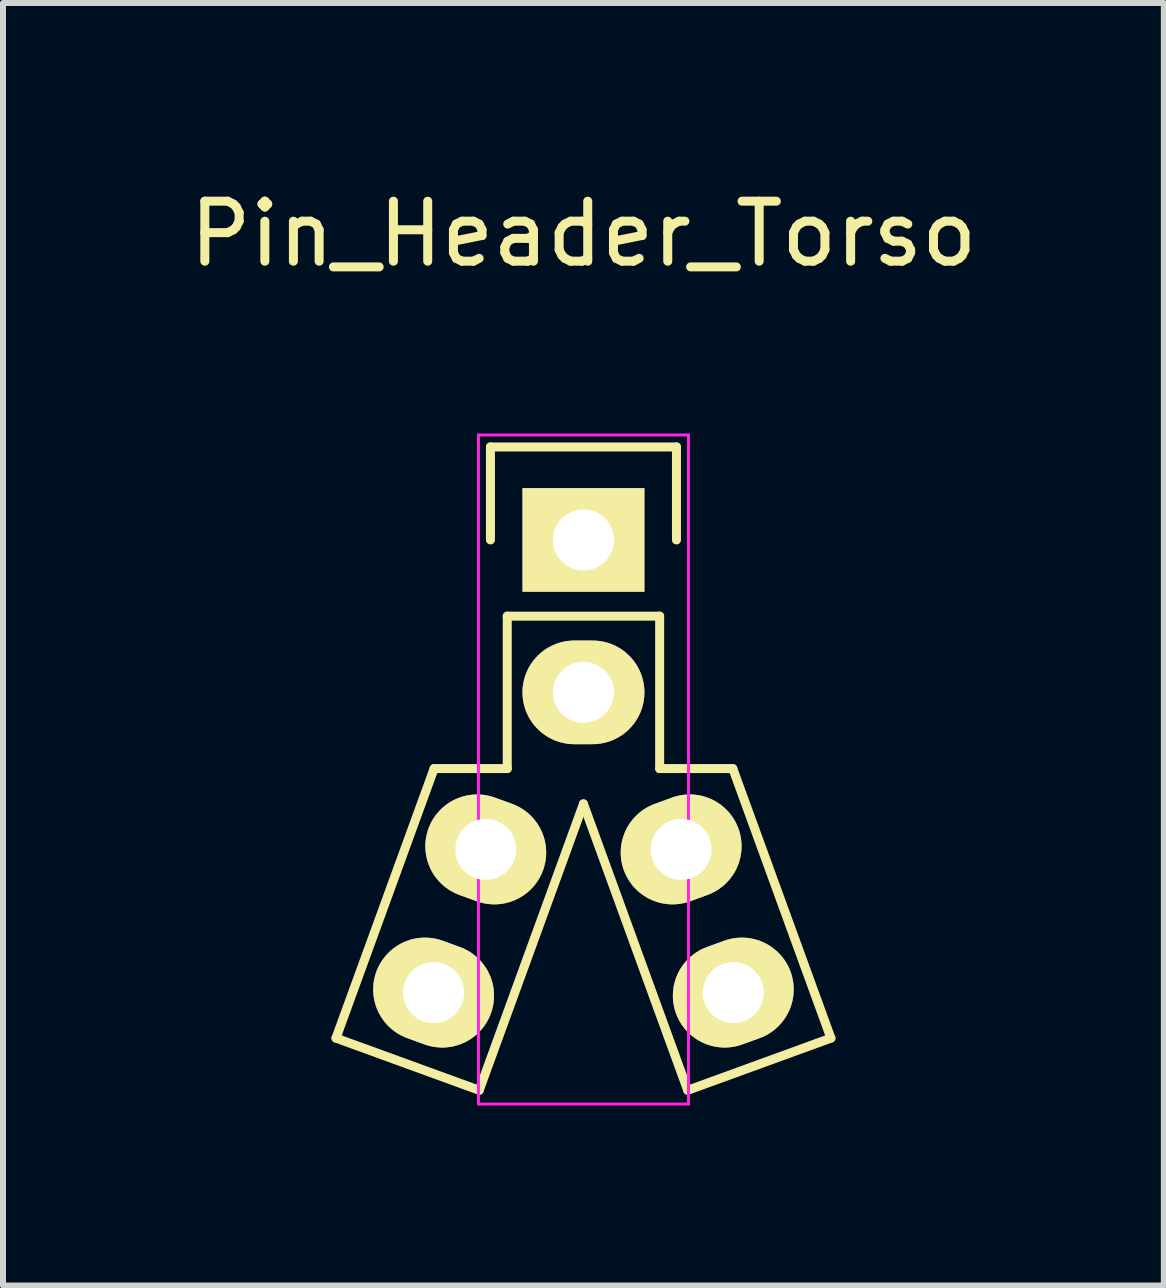
<source format=kicad_pcb>
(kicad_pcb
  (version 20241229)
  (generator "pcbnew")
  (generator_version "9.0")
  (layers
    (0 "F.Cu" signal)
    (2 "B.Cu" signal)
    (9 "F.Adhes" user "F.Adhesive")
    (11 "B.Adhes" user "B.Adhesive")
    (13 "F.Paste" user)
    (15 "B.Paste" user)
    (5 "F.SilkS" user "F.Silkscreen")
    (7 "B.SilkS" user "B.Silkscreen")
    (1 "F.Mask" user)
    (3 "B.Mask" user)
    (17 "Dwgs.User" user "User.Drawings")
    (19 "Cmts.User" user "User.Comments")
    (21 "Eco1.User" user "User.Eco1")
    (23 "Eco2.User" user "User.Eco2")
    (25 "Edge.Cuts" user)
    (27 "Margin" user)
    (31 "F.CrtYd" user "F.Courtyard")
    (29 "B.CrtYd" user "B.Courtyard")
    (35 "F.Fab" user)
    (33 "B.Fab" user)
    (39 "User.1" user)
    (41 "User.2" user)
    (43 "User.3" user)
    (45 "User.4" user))
  (footprint "Pin_Header_Torso"
    (layer "F.Cu")
    (at 6.673 5.948)
    (property "Reference" "Pin_Header_Torso" (at 0 -5.1 0) (layer "F.SilkS") (effects (font (size 1 1) (thickness 0.15))))
    (attr through_hole)
    (fp_line (start -4.124 8.302) (end -1.737 9.171) (stroke (width 0.15) (type solid)) (layer "F.SilkS"))
    (fp_line (start -2.489 3.81) (end -4.124 8.302) (stroke (width 0.15) (type solid)) (layer "F.SilkS"))
    (fp_line (start -2.489 3.81) (end -1.27 3.81) (stroke (width 0.15) (type solid)) (layer "F.SilkS"))
    (fp_line (start -1.55 -1.55) (end 1.55 -1.55) (stroke (width 0.15) (type solid)) (layer "F.SilkS"))
    (fp_line (start -1.55 0) (end -1.55 -1.55) (stroke (width 0.15) (type solid)) (layer "F.SilkS"))
    (fp_line (start -1.27 1.27) (end -1.27 3.81) (stroke (width 0.15) (type solid)) (layer "F.SilkS"))
    (fp_line (start 0 4.398) (end -1.737 9.171) (stroke (width 0.15) (type solid)) (layer "F.SilkS"))
    (fp_line (start 0 4.398) (end 1.737 9.171) (stroke (width 0.15) (type solid)) (layer "F.SilkS"))
    (fp_line (start 1.27 1.27) (end -1.27 1.27) (stroke (width 0.15) (type solid)) (layer "F.SilkS"))
    (fp_line (start 1.27 1.27) (end 1.27 3.81) (stroke (width 0.15) (type solid)) (layer "F.SilkS"))
    (fp_line (start 1.27 3.81) (end 2.489 3.81) (stroke (width 0.15) (type solid)) (layer "F.SilkS"))
    (fp_line (start 1.55 -1.55) (end 1.55 0) (stroke (width 0.15) (type solid)) (layer "F.SilkS"))
    (fp_line (start 1.737 9.171) (end 4.124 8.302) (stroke (width 0.15) (type solid)) (layer "F.SilkS"))
    (fp_line (start 2.489 3.81) (end 4.124 8.302) (stroke (width 0.15) (type solid)) (layer "F.SilkS"))
    (fp_line (start -1.75 -1.75) (end -1.75 9.4) (stroke (width 0.05) (type solid)) (layer "F.CrtYd"))
    (fp_line (start -1.75 -1.75) (end 1.75 -1.75) (stroke (width 0.05) (type solid)) (layer "F.CrtYd"))
    (fp_line (start -1.75 9.4) (end 1.75 9.4) (stroke (width 0.05) (type solid)) (layer "F.CrtYd"))
    (fp_line (start 1.75 -1.75) (end 1.75 9.4) (stroke (width 0.05) (type solid)) (layer "F.CrtYd"))
    (pad "1" thru_hole rect (at 0 0) (size 2.032 1.727) (drill 1.016) (layers "*.Cu" "*.Mask" "F.SilkS"))
    (pad "2" thru_hole oval (at 0 2.54) (size 2.032 1.727) (drill 1.016) (layers "*.Cu" "*.Mask" "F.SilkS"))
    (pad "3" thru_hole oval (at -1.628 5.157 340) (size 2.032 1.727) (drill 1.016) (layers "*.Cu" "*.Mask" "F.SilkS"))
    (pad "4" thru_hole oval (at -2.497 7.543 340) (size 2.032 1.727) (drill 1.016) (layers "*.Cu" "*.Mask" "F.SilkS"))
    (pad "5" thru_hole oval (at 1.628 5.157 20) (size 2.032 1.727) (drill 1.016) (layers "*.Cu" "*.Mask" "F.SilkS"))
    (pad "6" thru_hole oval (at 2.497 7.543 20) (size 2.032 1.727) (drill 1.016) (layers "*.Cu" "*.Mask" "F.SilkS")))
  (gr_rect
    (start -3 -3)
    (end 16.345 18.373)
    (stroke (width 0.1) (type default))
    (fill no)
    (layer "Edge.Cuts")))
</source>
